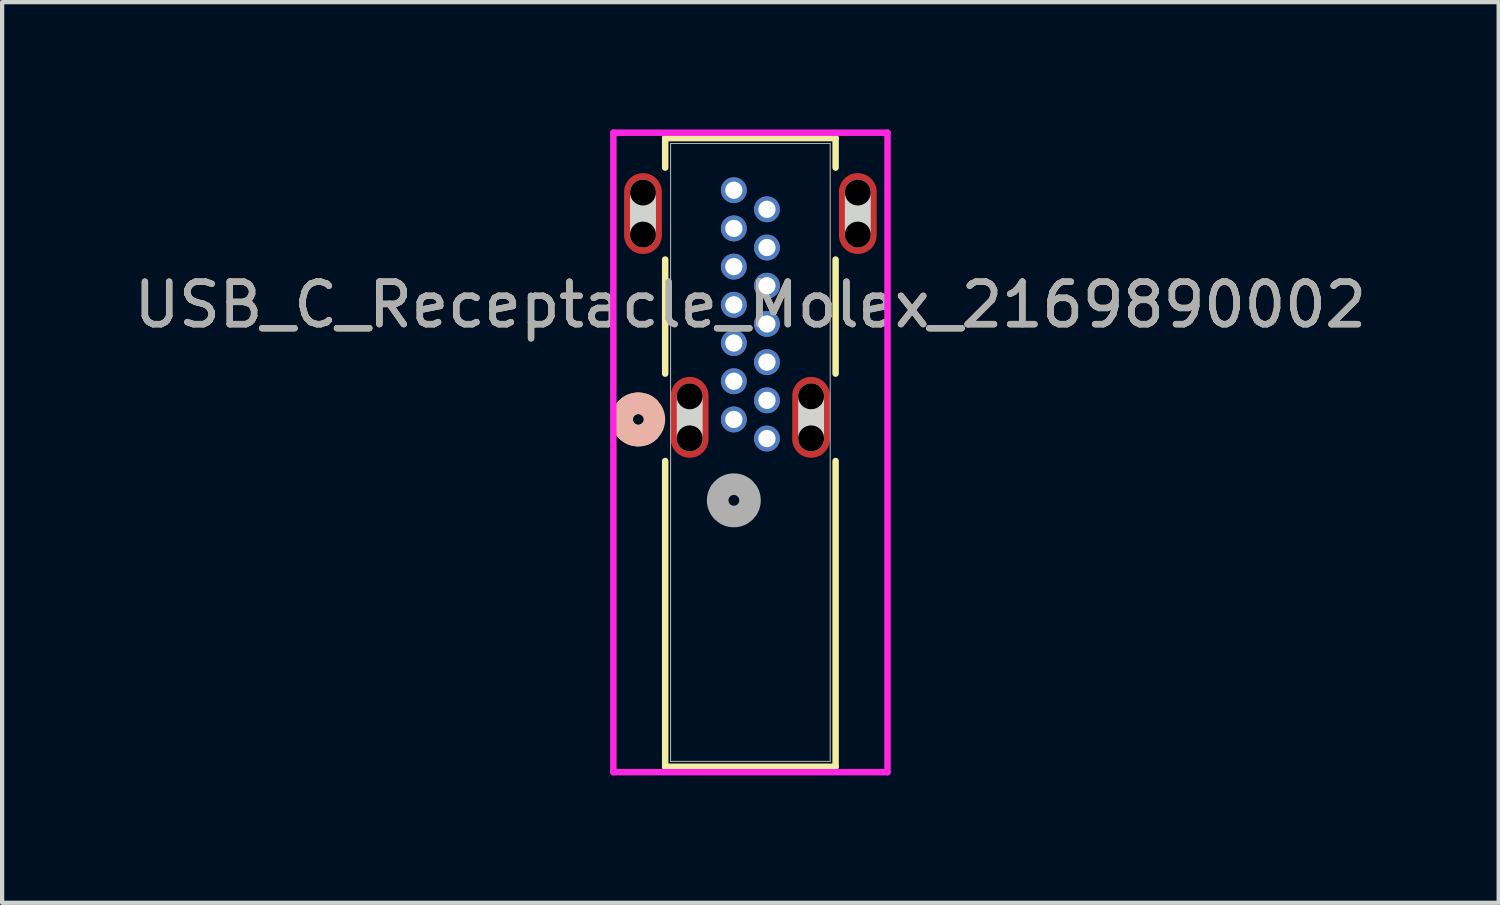
<source format=kicad_pcb>
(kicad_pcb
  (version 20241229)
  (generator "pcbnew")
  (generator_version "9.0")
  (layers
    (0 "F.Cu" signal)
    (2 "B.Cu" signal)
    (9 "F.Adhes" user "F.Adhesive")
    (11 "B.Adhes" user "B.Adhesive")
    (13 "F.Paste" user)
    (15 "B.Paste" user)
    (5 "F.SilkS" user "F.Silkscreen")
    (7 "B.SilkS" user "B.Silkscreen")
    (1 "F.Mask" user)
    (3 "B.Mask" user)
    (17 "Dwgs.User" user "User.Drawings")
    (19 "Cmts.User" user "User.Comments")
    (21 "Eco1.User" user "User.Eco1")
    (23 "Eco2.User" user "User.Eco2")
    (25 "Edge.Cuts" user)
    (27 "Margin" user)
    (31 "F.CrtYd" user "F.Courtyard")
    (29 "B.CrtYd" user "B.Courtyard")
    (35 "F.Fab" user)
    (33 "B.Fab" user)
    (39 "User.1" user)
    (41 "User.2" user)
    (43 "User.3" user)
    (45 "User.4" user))
  (footprint "USB_C_Receptacle_Molex_2169890002"
    (layer "F.Cu")
    (at 14.235 6.83)
    (property "Reference" "USB_C_Receptacle_Molex_2169890002" (at 0.39 -2.7 0) (unlocked yes) (layer "F.SilkS") (effects (font (size 1 1) (thickness 0.15))))
    (attr through_hole)
    (fp_line (start -1.617 -6.627) (end -1.617 -5.933) (stroke (width 0.152) (type solid)) (layer "F.SilkS"))
    (fp_line (start -1.617 -3.767) (end -1.617 -1.079) (stroke (width 0.152) (type solid)) (layer "F.SilkS"))
    (fp_line (start -1.617 0.979) (end -1.617 8.181) (stroke (width 0.152) (type solid)) (layer "F.SilkS"))
    (fp_line (start -1.617 8.181) (end 2.397 8.181) (stroke (width 0.152) (type solid)) (layer "F.SilkS"))
    (fp_line (start 2.397 -6.627) (end -1.617 -6.627) (stroke (width 0.152) (type solid)) (layer "F.SilkS"))
    (fp_line (start 2.397 -5.933) (end 2.397 -6.627) (stroke (width 0.152) (type solid)) (layer "F.SilkS"))
    (fp_line (start 2.397 -1.079) (end 2.397 -3.767) (stroke (width 0.152) (type solid)) (layer "F.SilkS"))
    (fp_line (start 2.397 8.181) (end 2.397 0.979) (stroke (width 0.152) (type solid)) (layer "F.SilkS"))
    (fp_arc (start -1.99504 0.28167) (mid -2.6326 0) (end -1.99504 -0.28167) (stroke (width 0.508) (type solid)) (layer "F.SilkS"))
    (fp_circle (center -2.252 0) (end -1.871 0) (stroke (width 0.508) (type solid)) (fill no) (layer "B.SilkS"))
    (fp_line (start -2.14 -4.355) (end -2.14 -5.345) (stroke (width 0.61) (type solid)) (layer "Edge.Cuts"))
    (fp_line (start -1.04 0.445) (end -1.04 -0.545) (stroke (width 0.61) (type solid)) (layer "Edge.Cuts"))
    (fp_line (start 1.82 0.445) (end 1.82 -0.545) (stroke (width 0.61) (type solid)) (layer "Edge.Cuts"))
    (fp_line (start 2.92 -4.355) (end 2.92 -5.345) (stroke (width 0.61) (type solid)) (layer "Edge.Cuts"))
    (fp_line (start -2.838 -6.754) (end -2.838 8.308) (stroke (width 0.152) (type solid)) (layer "F.CrtYd"))
    (fp_line (start -2.838 8.308) (end 3.619 8.308) (stroke (width 0.152) (type solid)) (layer "F.CrtYd"))
    (fp_line (start 3.619 -6.754) (end -2.838 -6.754) (stroke (width 0.152) (type solid)) (layer "F.CrtYd"))
    (fp_line (start 3.619 8.308) (end 3.619 -6.754) (stroke (width 0.152) (type solid)) (layer "F.CrtYd"))
    (fp_line (start -1.49 -6.5) (end -1.49 8.054) (stroke (width 0.025) (type solid)) (layer "F.Fab"))
    (fp_line (start -1.49 8.054) (end 2.27 8.054) (stroke (width 0.025) (type solid)) (layer "F.Fab"))
    (fp_line (start 2.27 -6.5) (end -1.49 -6.5) (stroke (width 0.025) (type solid)) (layer "F.Fab"))
    (fp_line (start 2.27 8.054) (end 2.27 -6.5) (stroke (width 0.025) (type solid)) (layer "F.Fab"))
    (fp_circle (center 0 1.905) (end 0.381 1.905) (stroke (width 0.508) (type solid)) (fill no) (layer "F.Fab"))
    (fp_text user "${REFERENCE}" (at 0.39 -2.7 0) (unlocked yes) (layer "F.Fab") (effects (font (size 1 1) (thickness 0.15))))
    (pad "" np_thru_hole circle (at -2.14 -5.345) (size 0.61 0.61) (drill 0.61) (layers))
    (pad "" np_thru_hole circle (at -2.14 -4.355) (size 0.61 0.61) (drill 0.61) (layers))
    (pad "" np_thru_hole circle (at -1.04 -0.545) (size 0.61 0.61) (drill 0.61) (layers))
    (pad "" np_thru_hole circle (at -1.04 0.445) (size 0.61 0.61) (drill 0.61) (layers))
    (pad "" np_thru_hole circle (at 1.82 -0.545) (size 0.61 0.61) (drill 0.61) (layers))
    (pad "" np_thru_hole circle (at 1.82 0.445) (size 0.61 0.61) (drill 0.61) (layers))
    (pad "" np_thru_hole circle (at 2.92 -5.345) (size 0.61 0.61) (drill 0.61) (layers))
    (pad "" np_thru_hole circle (at 2.92 -4.355) (size 0.61 0.61) (drill 0.61) (layers))
    (pad "15" smd oval (at -2.14 -4.85) (size 0.889 1.905) (layers "F.Cu" "F.Mask" "F.Paste"))
    (pad "16" smd oval (at 2.92 -4.85) (size 0.889 1.905) (layers "F.Cu" "F.Mask" "F.Paste"))
    (pad "17" smd oval (at -1.04 -0.05) (size 0.889 1.905) (layers "F.Cu" "F.Mask" "F.Paste"))
    (pad "18" smd oval (at 1.82 -0.05) (size 0.889 1.905) (layers "F.Cu" "F.Mask" "F.Paste"))
    (pad "A1" thru_hole circle (at 0.000001 0) (size 0.61 0.61) (drill 0.406) (layers "*.Cu" "*.Mask"))
    (pad "A4" thru_hole circle (at 0.000001 -0.9) (size 0.61 0.61) (drill 0.406) (layers "*.Cu" "*.Mask"))
    (pad "A5" thru_hole circle (at 0.000001 -1.8) (size 0.61 0.61) (drill 0.406) (layers "*.Cu" "*.Mask"))
    (pad "A6" thru_hole circle (at 0.000001 -2.7) (size 0.61 0.61) (drill 0.406) (layers "*.Cu" "*.Mask"))
    (pad "A7" thru_hole circle (at 0.000001 -3.6) (size 0.61 0.61) (drill 0.406) (layers "*.Cu" "*.Mask"))
    (pad "A9" thru_hole circle (at 0.000001 -4.5) (size 0.61 0.61) (drill 0.406) (layers "*.Cu" "*.Mask"))
    (pad "A12" thru_hole circle (at 0.000001 -5.4) (size 0.61 0.61) (drill 0.406) (layers "*.Cu" "*.Mask"))
    (pad "B1" thru_hole circle (at 0.78 -4.95) (size 0.61 0.61) (drill 0.406) (layers "*.Cu" "*.Mask"))
    (pad "B4" thru_hole circle (at 0.78 -4.05) (size 0.61 0.61) (drill 0.406) (layers "*.Cu" "*.Mask"))
    (pad "B5" thru_hole circle (at 0.78 -3.15) (size 0.61 0.61) (drill 0.406) (layers "*.Cu" "*.Mask"))
    (pad "B6" thru_hole circle (at 0.78 -2.25) (size 0.61 0.61) (drill 0.406) (layers "*.Cu" "*.Mask"))
    (pad "B7" thru_hole circle (at 0.78 -1.35) (size 0.61 0.61) (drill 0.406) (layers "*.Cu" "*.Mask"))
    (pad "B9" thru_hole circle (at 0.78 -0.45) (size 0.61 0.61) (drill 0.406) (layers "*.Cu" "*.Mask"))
    (pad "B12" thru_hole circle (at 0.78 0.45) (size 0.61 0.61) (drill 0.406) (layers "*.Cu" "*.Mask")))
  (gr_rect
    (start -3 -3)
    (end 32.25 18.215)
    (stroke (width 0.1) (type default))
    (fill no)
    (layer "Edge.Cuts")))
</source>
